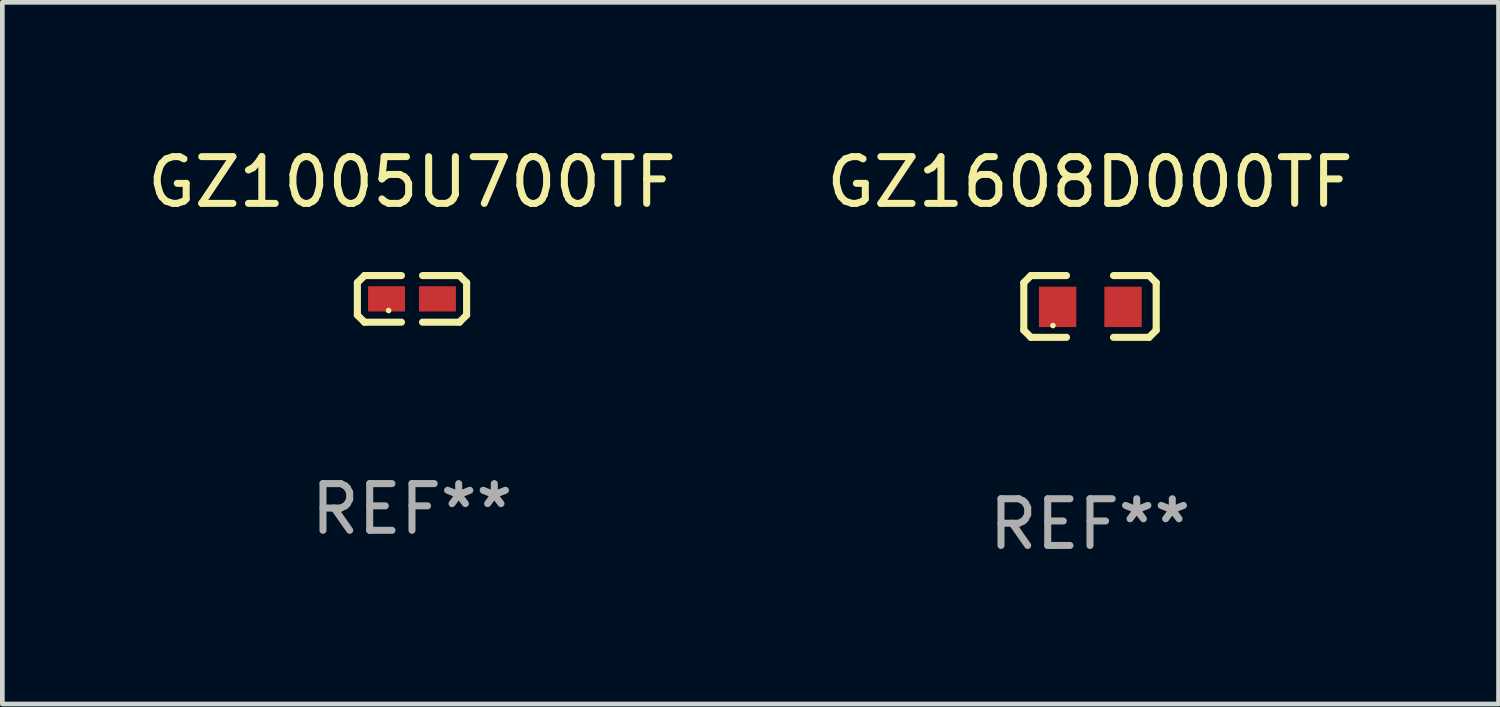
<source format=kicad_pcb>
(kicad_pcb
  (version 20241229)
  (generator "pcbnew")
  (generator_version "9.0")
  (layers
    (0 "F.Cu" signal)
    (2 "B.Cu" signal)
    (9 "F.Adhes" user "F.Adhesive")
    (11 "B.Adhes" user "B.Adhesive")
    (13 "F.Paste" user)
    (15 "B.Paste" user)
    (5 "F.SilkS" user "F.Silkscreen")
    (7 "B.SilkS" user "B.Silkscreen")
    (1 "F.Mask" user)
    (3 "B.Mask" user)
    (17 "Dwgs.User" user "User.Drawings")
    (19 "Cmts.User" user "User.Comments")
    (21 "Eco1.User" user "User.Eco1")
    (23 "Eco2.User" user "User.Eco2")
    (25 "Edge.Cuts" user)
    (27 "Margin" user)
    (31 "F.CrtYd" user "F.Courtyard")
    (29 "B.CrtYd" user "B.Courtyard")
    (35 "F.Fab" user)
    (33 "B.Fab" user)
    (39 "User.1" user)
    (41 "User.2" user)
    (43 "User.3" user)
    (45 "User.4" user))
  (footprint "GZ1608D000TF"
    (layer "F.Cu")
    (at 20.28 3.509)
    (property "Reference" "GZ1608D000TF" (at 0 -2.661 0) (layer "F.SilkS") (effects (font (size 1 1) (thickness 0.15))))
    (attr through_hole)
    (fp_line (start -1.417 -0.508) (end -1.265 -0.661) (stroke (width 0.152) (type solid)) (layer "F.SilkS"))
    (fp_line (start -1.417 0.508) (end -1.417 -0.508) (stroke (width 0.152) (type solid)) (layer "F.SilkS"))
    (fp_line (start -1.265 -0.661) (end -0.503 -0.661) (stroke (width 0.152) (type solid)) (layer "F.SilkS"))
    (fp_line (start -1.265 0.661) (end -1.417 0.508) (stroke (width 0.152) (type solid)) (layer "F.SilkS"))
    (fp_line (start -1.265 0.661) (end -0.503 0.661) (stroke (width 0.152) (type solid)) (layer "F.SilkS"))
    (fp_line (start 1.265 -0.661) (end 0.503 -0.661) (stroke (width 0.152) (type solid)) (layer "F.SilkS"))
    (fp_line (start 1.265 -0.661) (end 1.417 -0.508) (stroke (width 0.152) (type solid)) (layer "F.SilkS"))
    (fp_line (start 1.265 0.661) (end 0.503 0.661) (stroke (width 0.152) (type solid)) (layer "F.SilkS"))
    (fp_line (start 1.417 -0.508) (end 1.417 0.508) (stroke (width 0.152) (type solid)) (layer "F.SilkS"))
    (fp_line (start 1.417 0.508) (end 1.265 0.661) (stroke (width 0.152) (type solid)) (layer "F.SilkS"))
    (fp_circle (center -0.793 0.409) (end -0.763 0.409) (stroke (width 0.06) (type solid)) (fill no) (layer "F.SilkS"))
    (fp_text user "REF**" (at 0 4.661 0) (layer "F.Fab") (effects (font (size 1 1) (thickness 0.15))))
    (pad "1" smd rect (at -0.693 0.009 180) (size 0.8 0.864) (layers "F.Cu" "F.Mask" "F.Paste"))
    (pad "2" smd rect (at 0.707 0.009 180) (size 0.8 0.864) (layers "F.Cu" "F.Mask" "F.Paste")))
  (footprint "GZ1005U700TF"
    (layer "F.Cu")
    (at 5.768 3.347)
    (property "Reference" "GZ1005U700TF" (at 0 -2.499 0) (layer "F.SilkS") (effects (font (size 1 1) (thickness 0.15))))
    (attr through_hole)
    (fp_line (start -1.169 -0.346) (end -1.016 -0.499) (stroke (width 0.152) (type solid)) (layer "F.SilkS"))
    (fp_line (start -1.169 0.346) (end -1.169 -0.346) (stroke (width 0.152) (type solid)) (layer "F.SilkS"))
    (fp_line (start -1.016 -0.499) (end -0.226 -0.499) (stroke (width 0.152) (type solid)) (layer "F.SilkS"))
    (fp_line (start -1.016 0.499) (end -1.169 0.346) (stroke (width 0.152) (type solid)) (layer "F.SilkS"))
    (fp_line (start -0.226 0.499) (end -1.016 0.499) (stroke (width 0.152) (type solid)) (layer "F.SilkS"))
    (fp_line (start 0.226 0.499) (end 1.016 0.499) (stroke (width 0.152) (type solid)) (layer "F.SilkS"))
    (fp_line (start 1.016 -0.499) (end 0.226 -0.499) (stroke (width 0.152) (type solid)) (layer "F.SilkS"))
    (fp_line (start 1.016 0.499) (end 1.169 0.346) (stroke (width 0.152) (type solid)) (layer "F.SilkS"))
    (fp_line (start 1.169 -0.346) (end 1.016 -0.499) (stroke (width 0.152) (type solid)) (layer "F.SilkS"))
    (fp_line (start 1.169 0.346) (end 1.169 -0.346) (stroke (width 0.152) (type solid)) (layer "F.SilkS"))
    (fp_circle (center -0.5 0.25) (end -0.47 0.25) (stroke (width 0.06) (type solid)) (fill no) (layer "F.SilkS"))
    (fp_text user "REF**" (at 0 4.499 0) (layer "F.Fab") (effects (font (size 1 1) (thickness 0.15))))
    (pad "1" smd rect (at -0.545 0) (size 0.79 0.54) (layers "F.Cu" "F.Mask" "F.Paste"))
    (pad "2" smd rect (at 0.545 0) (size 0.79 0.54) (layers "F.Cu" "F.Mask" "F.Paste")))
  (gr_rect
    (start -3 -3)
    (end 29.024 12.018)
    (stroke (width 0.1) (type default))
    (fill no)
    (layer "Edge.Cuts")))
</source>
